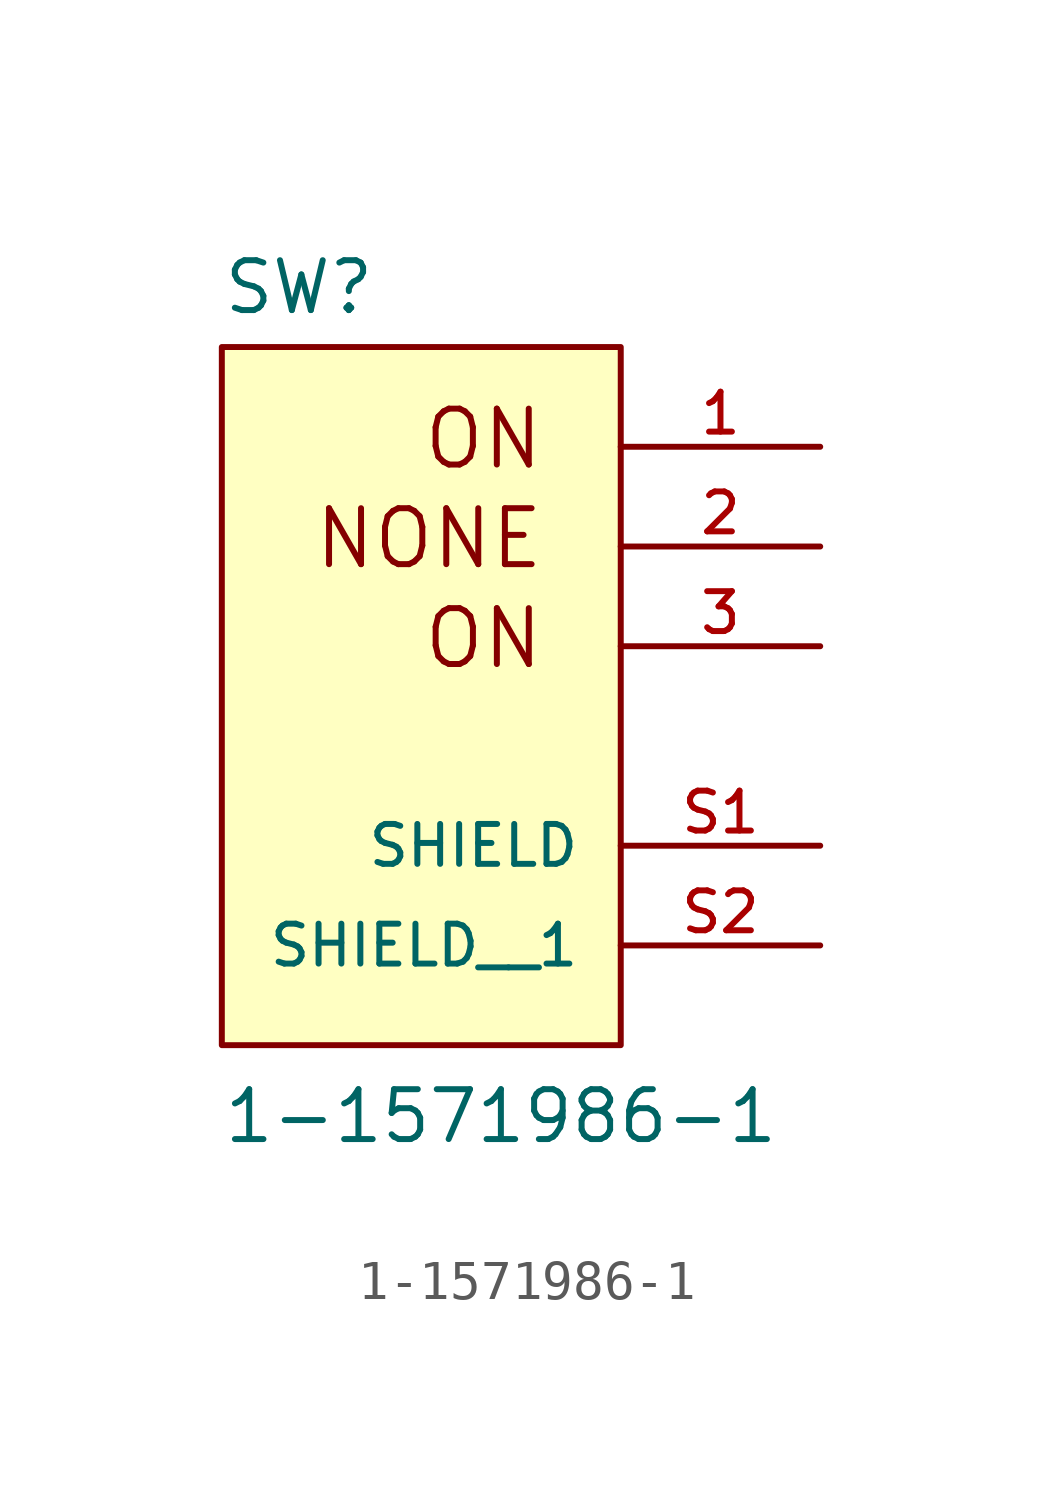
<source format=kicad_sym>
(kicad_symbol_lib
  (version 20241209)
  (generator "kicad_symbol_editor")
  (generator_version "9.0")
  (symbol "1-1571986-1"
    (pin_names
      (offset 1.016))
    (property "Reference" "SW"
      (at -5.09 8.398 0)
      (effects (font (size 1.27 1.27)) (justify left bottom)))
    (property "Value" "1-1571986-1"
      (at -5.088 -12.715 0)
      (effects (font (size 1.27 1.27)) (justify left bottom)))
    (symbol "1-1571986-1_0_0"
      (rectangle (start -5.08 -10.16) (end 5.08 7.62) (stroke (width 0.152) (type default)) (fill (type background)))
      (text "ON" (at 3.176 4.446 0) (effects (font (size 1.423 1.423)) (justify right bottom)))
      (text "ON" (at 3.177 -0.635 0) (effects (font (size 1.423 1.423)) (justify right bottom)))
      (text "NONE" (at 3.18 1.908 0) (effects (font (size 1.425 1.425)) (justify right bottom)))
      (pin passive line (at 10.16 5.08 180) (length 5.08) (name "~" (effects (font (size 1.016 1.016)))) (number "1" (effects (font (size 1.016 1.016)))))
      (pin passive line (at 10.16 2.54 180) (length 5.08) (name "~" (effects (font (size 1.016 1.016)))) (number "2" (effects (font (size 1.016 1.016)))))
      (pin passive line (at 10.16 0 180) (length 5.08) (name "~" (effects (font (size 1.016 1.016)))) (number "3" (effects (font (size 1.016 1.016)))))
      (pin passive line (at 10.16 -5.08 180) (length 5.08) (name "SHIELD" (effects (font (size 1.016 1.016)))) (number "S1" (effects (font (size 1.016 1.016)))))
      (pin passive line (at 10.16 -7.62 180) (length 5.08) (name "SHIELD__1" (effects (font (size 1.016 1.016)))) (number "S2" (effects (font (size 1.016 1.016))))))))
</source>
